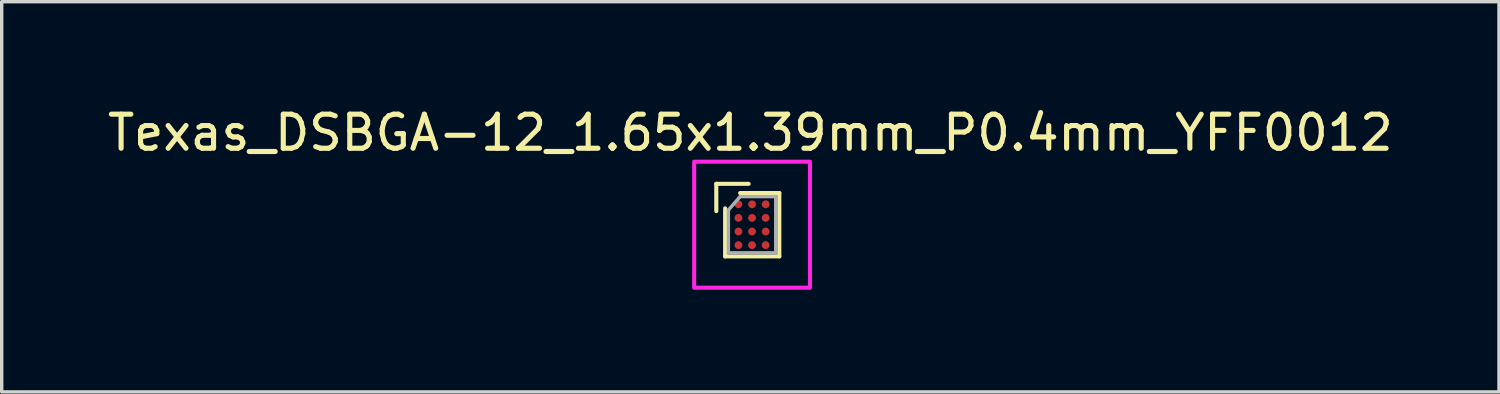
<source format=kicad_pcb>
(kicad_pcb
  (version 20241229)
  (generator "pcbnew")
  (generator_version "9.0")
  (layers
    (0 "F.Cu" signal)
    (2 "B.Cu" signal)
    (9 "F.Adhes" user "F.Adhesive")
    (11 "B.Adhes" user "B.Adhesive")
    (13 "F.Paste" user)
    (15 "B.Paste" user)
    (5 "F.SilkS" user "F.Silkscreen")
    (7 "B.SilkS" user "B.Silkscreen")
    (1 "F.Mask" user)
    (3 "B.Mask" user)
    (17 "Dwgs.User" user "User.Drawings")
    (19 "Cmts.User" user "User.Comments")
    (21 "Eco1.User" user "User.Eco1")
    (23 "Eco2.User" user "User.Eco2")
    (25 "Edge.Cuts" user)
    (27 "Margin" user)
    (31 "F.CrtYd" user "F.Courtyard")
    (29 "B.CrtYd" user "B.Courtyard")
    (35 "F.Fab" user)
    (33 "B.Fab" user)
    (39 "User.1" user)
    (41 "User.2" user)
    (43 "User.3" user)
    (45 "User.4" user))
  (footprint "Texas_DSBGA-12_1.65x1.39mm_P0.4mm_YFF0012"
    (layer "F.Cu")
    (at 19.032 3.548)
    (property "Reference" "Texas_DSBGA-12_1.65x1.39mm_P0.4mm_YFF0012" (at -0.05 -2.7 0) (unlocked yes) (layer "F.SilkS") (effects (font (size 1 1) (thickness 0.15))))
    (attr smd)
    (fp_line (start -1.05 -1.2) (end -0.1 -1.2) (stroke (width 0.12) (type solid)) (layer "F.SilkS"))
    (fp_line (start -1.05 -0.4) (end -1.05 -1.2) (stroke (width 0.12) (type solid)) (layer "F.SilkS"))
    (fp_line (start -0.79 0.93) (end -0.79 -0.48) (stroke (width 0.12) (type solid)) (layer "F.SilkS"))
    (fp_line (start -0.79 0.93) (end 0.8 0.93) (stroke (width 0.12) (type solid)) (layer "F.SilkS"))
    (fp_line (start -0.35 -0.93) (end 0.8 -0.93) (stroke (width 0.12) (type solid)) (layer "F.SilkS"))
    (fp_line (start 0.8 0.93) (end 0.8 -0.93) (stroke (width 0.12) (type solid)) (layer "F.SilkS"))
    (fp_rect (start 1.7 -1.85) (end -1.7 1.85) (stroke (width 0.12) (type solid)) (fill no) (layer "F.CrtYd"))
    (fp_line (start -0.695 0.825) (end -0.695 -0.43) (stroke (width 0.1) (type solid)) (layer "F.Fab"))
    (fp_line (start -0.35 -0.825) (end -0.695 -0.43) (stroke (width 0.1) (type solid)) (layer "F.Fab"))
    (fp_line (start -0.35 -0.825) (end 0.695 -0.825) (stroke (width 0.1) (type solid)) (layer "F.Fab"))
    (fp_line (start 0.695 -0.825) (end 0.695 0.825) (stroke (width 0.1) (type solid)) (layer "F.Fab"))
    (fp_line (start 0.695 0.825) (end -0.695 0.825) (stroke (width 0.1) (type solid)) (layer "F.Fab"))
    (pad "" smd roundrect (at -0.4 -0.6) (size 0.25 0.25) (property pad_prop_bga) (layers "F.Paste") (roundrect_rratio 0.217))
    (pad "" smd roundrect (at -0.4 -0.2) (size 0.25 0.25) (property pad_prop_bga) (layers "F.Paste") (roundrect_rratio 0.217))
    (pad "" smd roundrect (at -0.4 0.2) (size 0.25 0.25) (property pad_prop_bga) (layers "F.Paste") (roundrect_rratio 0.217))
    (pad "" smd roundrect (at -0.4 0.6) (size 0.25 0.25) (property pad_prop_bga) (layers "F.Paste") (roundrect_rratio 0.217))
    (pad "" smd roundrect (at 0 -0.6) (size 0.25 0.25) (property pad_prop_bga) (layers "F.Paste") (roundrect_rratio 0.217))
    (pad "" smd roundrect (at 0 -0.2) (size 0.25 0.25) (property pad_prop_bga) (layers "F.Paste") (roundrect_rratio 0.217))
    (pad "" smd roundrect (at 0 0.2) (size 0.25 0.25) (property pad_prop_bga) (layers "F.Paste") (roundrect_rratio 0.217))
    (pad "" smd roundrect (at 0 0.6) (size 0.25 0.25) (property pad_prop_bga) (layers "F.Paste") (roundrect_rratio 0.217))
    (pad "" smd roundrect (at 0.4 -0.6) (size 0.25 0.25) (property pad_prop_bga) (layers "F.Paste") (roundrect_rratio 0.217))
    (pad "" smd roundrect (at 0.4 -0.2) (size 0.25 0.25) (property pad_prop_bga) (layers "F.Paste") (roundrect_rratio 0.217))
    (pad "" smd roundrect (at 0.4 0.2) (size 0.25 0.25) (property pad_prop_bga) (layers "F.Paste") (roundrect_rratio 0.217))
    (pad "" smd roundrect (at 0.4 0.6) (size 0.25 0.25) (property pad_prop_bga) (layers "F.Paste") (roundrect_rratio 0.217))
    (pad "A1" smd circle (at -0.4 -0.6) (size 0.23 0.23) (property pad_prop_bga) (layers "F.Cu" "F.Mask"))
    (pad "A2" smd circle (at 0 -0.6) (size 0.23 0.23) (property pad_prop_bga) (layers "F.Cu" "F.Mask"))
    (pad "A3" smd circle (at 0.4 -0.6) (size 0.23 0.23) (property pad_prop_bga) (layers "F.Cu" "F.Mask"))
    (pad "B1" smd circle (at -0.4 -0.2) (size 0.23 0.23) (property pad_prop_bga) (layers "F.Cu" "F.Mask"))
    (pad "B2" smd circle (at 0 -0.2) (size 0.23 0.23) (property pad_prop_bga) (layers "F.Cu" "F.Mask"))
    (pad "B3" smd circle (at 0.4 -0.2) (size 0.23 0.23) (property pad_prop_bga) (layers "F.Cu" "F.Mask"))
    (pad "C1" smd circle (at -0.4 0.2) (size 0.23 0.23) (property pad_prop_bga) (layers "F.Cu" "F.Mask"))
    (pad "C2" smd circle (at 0 0.2) (size 0.23 0.23) (property pad_prop_bga) (layers "F.Cu" "F.Mask"))
    (pad "C3" smd circle (at 0.4 0.2) (size 0.23 0.23) (property pad_prop_bga) (layers "F.Cu" "F.Mask"))
    (pad "D1" smd circle (at -0.4 0.6) (size 0.23 0.23) (property pad_prop_bga) (layers "F.Cu" "F.Mask"))
    (pad "D2" smd circle (at 0 0.6) (size 0.23 0.23) (property pad_prop_bga) (layers "F.Cu" "F.Mask"))
    (pad "D3" smd circle (at 0.4 0.6) (size 0.23 0.23) (property pad_prop_bga) (layers "F.Cu" "F.Mask")))
  (gr_rect
    (start -3 -3)
    (end 40.964 8.458)
    (stroke (width 0.1) (type default))
    (fill no)
    (layer "Edge.Cuts")))
</source>
